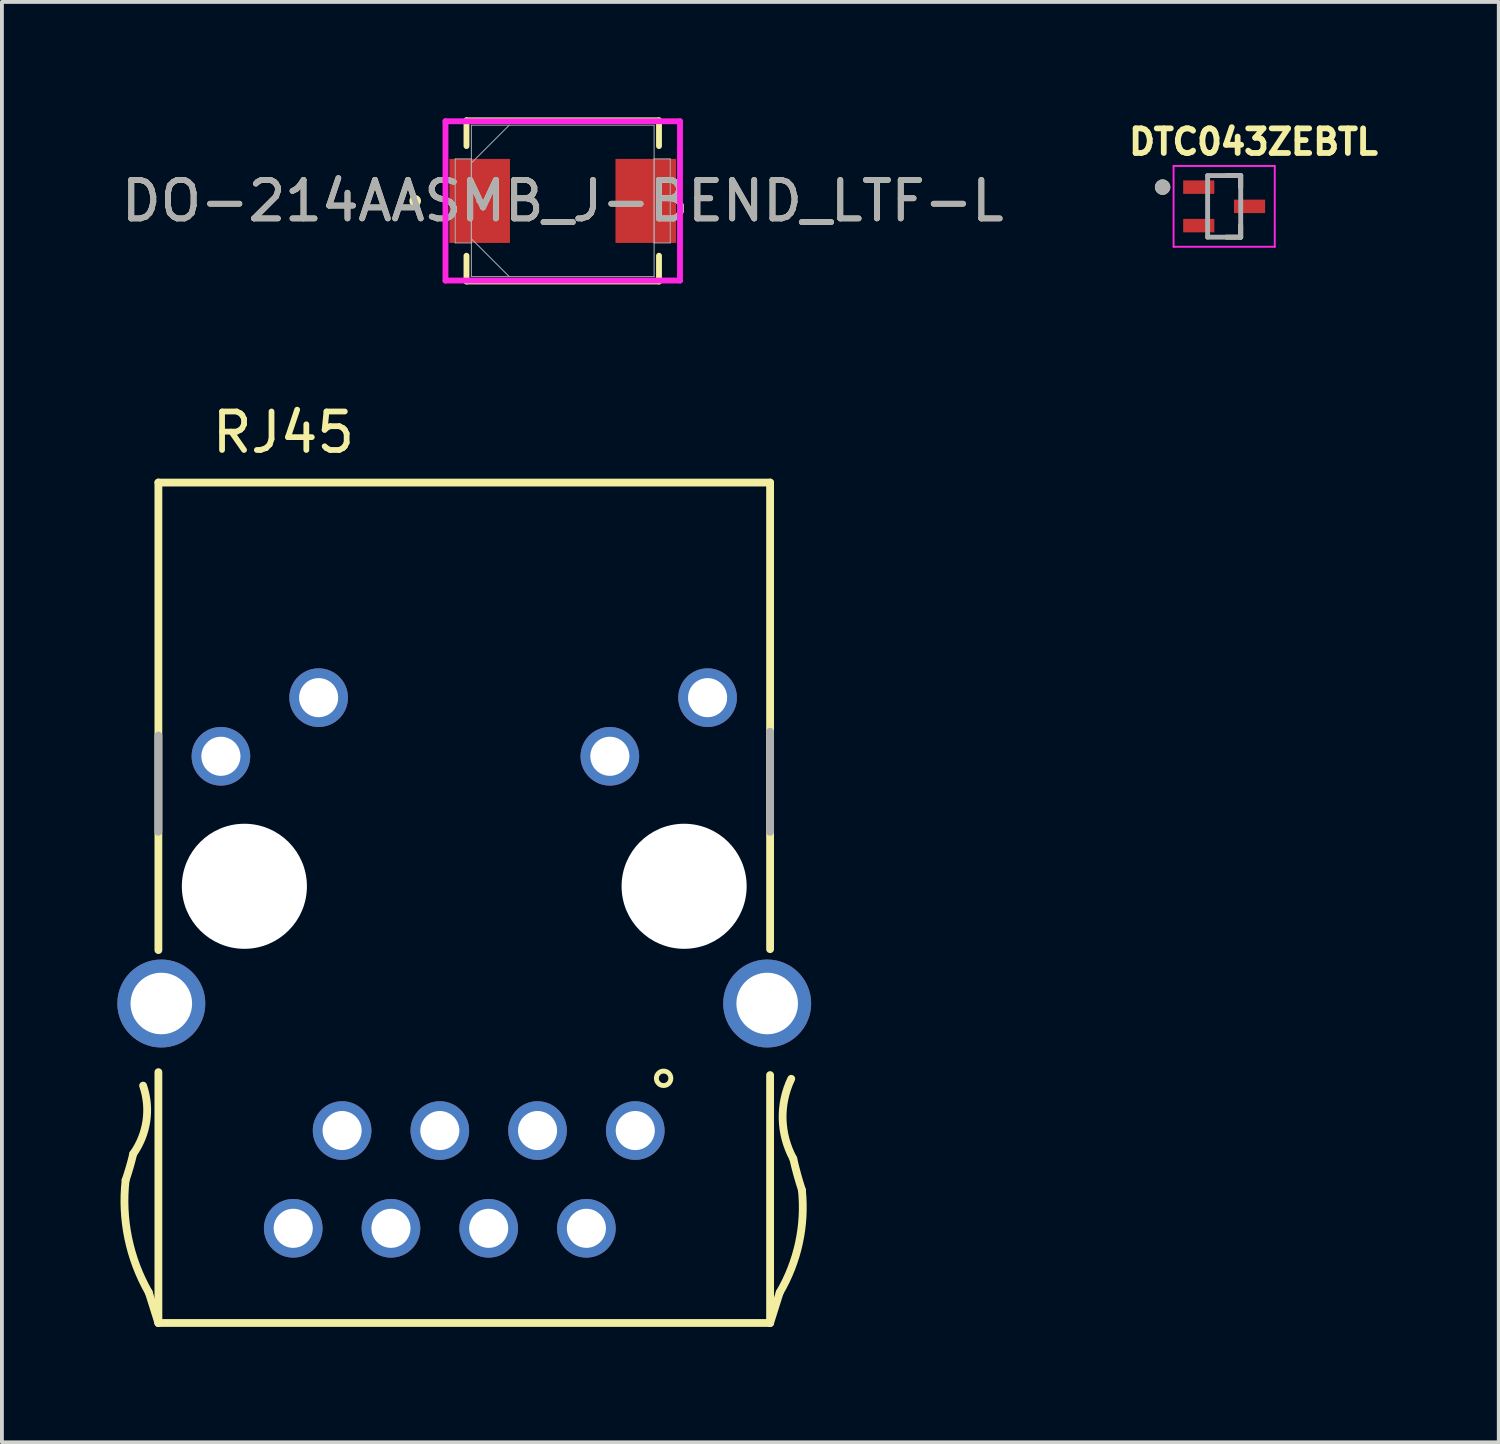
<source format=kicad_pcb>
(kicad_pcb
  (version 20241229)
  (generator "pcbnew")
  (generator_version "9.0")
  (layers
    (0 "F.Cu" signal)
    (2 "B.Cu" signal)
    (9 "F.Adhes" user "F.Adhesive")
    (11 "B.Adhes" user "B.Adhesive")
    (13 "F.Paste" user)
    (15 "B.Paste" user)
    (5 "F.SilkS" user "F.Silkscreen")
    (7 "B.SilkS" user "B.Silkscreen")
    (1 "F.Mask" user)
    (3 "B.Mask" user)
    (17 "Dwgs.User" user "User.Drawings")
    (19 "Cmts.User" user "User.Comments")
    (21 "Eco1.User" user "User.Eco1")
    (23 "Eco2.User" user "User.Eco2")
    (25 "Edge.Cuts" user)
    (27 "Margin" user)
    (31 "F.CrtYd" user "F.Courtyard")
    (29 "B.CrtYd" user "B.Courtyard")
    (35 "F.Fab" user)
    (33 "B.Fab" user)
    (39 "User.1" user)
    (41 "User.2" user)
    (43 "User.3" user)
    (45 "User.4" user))
  (footprint "RJ45"
    (layer "F.Cu")
    (at 9.017 19.923)
    (property "Reference" "RJ45" (at -4.7 -11.732 0) (layer "F.SilkS") (effects (font (size 1 1) (thickness 0.15))))
    (attr through_hole)
    (fp_line (start -7.95 -10.43) (end 7.95 -10.43) (stroke (width 0.203) (type solid)) (layer "F.SilkS"))
    (fp_line (start -7.95 1.722) (end -7.95 -10.43) (stroke (width 0.203) (type solid)) (layer "F.SilkS"))
    (fp_line (start -7.95 11.415) (end -8.2 10.621) (stroke (width 0.203) (type solid)) (layer "F.SilkS"))
    (fp_line (start -7.95 11.415) (end -7.95 4.895) (stroke (width 0.203) (type solid)) (layer "F.SilkS"))
    (fp_line (start 7.95 -10.43) (end 7.95 1.698) (stroke (width 0.203) (type solid)) (layer "F.SilkS"))
    (fp_line (start 7.95 4.971) (end 7.95 11.415) (stroke (width 0.203) (type solid)) (layer "F.SilkS"))
    (fp_line (start 7.95 11.415) (end -7.95 11.415) (stroke (width 0.203) (type solid)) (layer "F.SilkS"))
    (fp_line (start 7.95 11.415) (end 8.2 10.621) (stroke (width 0.203) (type solid)) (layer "F.SilkS"))
    (fp_arc (start -8.6036 7.0179) (mid -8.694781 7.363679) (end -8.8024 7.7047) (stroke (width 0.2032) (type solid)) (layer "F.SilkS"))
    (fp_arc (start -8.3476 5.2455) (mid -8.261757 6.162587) (end -8.6036 7.0179) (stroke (width 0.2032) (type solid)) (layer "F.SilkS"))
    (fp_arc (start -8.2 10.6215) (mid -8.733249 9.211024) (end -8.8024 7.7047) (stroke (width 0.2032) (type solid)) (layer "F.SilkS"))
    (fp_arc (start 8.5528 7.1449) (mid 8.275782 6.11267) (end 8.5 5.0677) (stroke (width 0.2032) (type solid)) (layer "F.SilkS"))
    (fp_arc (start 8.777 7.9587) (mid 8.700342 9.336004) (end 8.2 10.6215) (stroke (width 0.2032) (type solid)) (layer "F.SilkS"))
    (fp_arc (start 8.777 7.9587) (mid 8.655161 7.554483) (end 8.5528 7.1449) (stroke (width 0.2032) (type solid)) (layer "F.SilkS"))
    (fp_circle (center 5.182 5.055) (end 5.37 5.055) (stroke (width 0.127) (type solid)) (fill no) (layer "F.SilkS"))
    (fp_line (start -7.95 -1.353) (end -7.95 -3.853) (stroke (width 0.203) (type solid)) (layer "F.Fab"))
    (fp_line (start 7.95 -3.954) (end 7.95 -1.353) (stroke (width 0.203) (type solid)) (layer "F.Fab"))
    (pad "" np_thru_hole circle (at -5.715 0.064) (size 3.251 3.251) (drill 3.251) (layers "*.Cu" "*.Mask"))
    (pad "" np_thru_hole circle (at 5.715 0.064) (size 3.251 3.251) (drill 3.251) (layers "*.Cu" "*.Mask"))
    (pad "1" thru_hole circle (at 4.445 6.413) (size 1.524 1.524) (drill 1.016) (layers "*.Cu" "*.Mask"))
    (pad "2" thru_hole circle (at 3.175 8.954) (size 1.524 1.524) (drill 1.016) (layers "*.Cu" "*.Mask"))
    (pad "3" thru_hole circle (at 1.905 6.413) (size 1.524 1.524) (drill 1.016) (layers "*.Cu" "*.Mask"))
    (pad "4" thru_hole circle (at 0.635 8.954) (size 1.524 1.524) (drill 1.016) (layers "*.Cu" "*.Mask"))
    (pad "5" thru_hole circle (at -0.635 6.413) (size 1.524 1.524) (drill 1.016) (layers "*.Cu" "*.Mask"))
    (pad "6" thru_hole circle (at -1.905 8.954) (size 1.524 1.524) (drill 1.016) (layers "*.Cu" "*.Mask"))
    (pad "7" thru_hole circle (at -3.175 6.413) (size 1.524 1.524) (drill 1.016) (layers "*.Cu" "*.Mask"))
    (pad "8" thru_hole circle (at -4.445 8.954) (size 1.524 1.524) (drill 1.016) (layers "*.Cu" "*.Mask"))
    (pad "A1" thru_hole circle (at -6.325 -3.315) (size 1.524 1.524) (drill 1.016) (layers "*.Cu" "*.Mask"))
    (pad "A2" thru_hole circle (at 3.785 -3.315) (size 1.524 1.524) (drill 1.016) (layers "*.Cu" "*.Mask"))
    (pad "C1" thru_hole circle (at -3.785 -4.839) (size 1.524 1.524) (drill 1.016) (layers "*.Cu" "*.Mask"))
    (pad "C2" thru_hole circle (at 6.325 -4.839) (size 1.524 1.524) (drill 1.016) (layers "*.Cu" "*.Mask"))
    (pad "S1" thru_hole circle (at -7.874 3.111) (size 2.286 2.286) (drill 1.6) (layers "*.Cu" "*.Mask"))
    (pad "S2" thru_hole circle (at 7.874 3.111) (size 2.286 2.286) (drill 1.6) (layers "*.Cu" "*.Mask")))
  (footprint "DO-214AASMB_J-BEND_LTF-L"
    (layer "F.Cu")
    (at 11.577 2.172)
    (property "Reference" "DO-214AASMB_J-BEND_LTF-L" (at 0 0 0) (unlocked yes) (layer "F.SilkS") (effects (font (size 1 1) (thickness 0.15))))
    (attr smd)
    (fp_line (start -2.502 -2.095) (end -2.502 -1.425) (stroke (width 0.152) (type solid)) (layer "F.SilkS"))
    (fp_line (start -2.502 1.425) (end -2.502 2.095) (stroke (width 0.152) (type solid)) (layer "F.SilkS"))
    (fp_line (start -2.502 2.095) (end 2.502 2.095) (stroke (width 0.152) (type solid)) (layer "F.SilkS"))
    (fp_line (start 2.502 -2.095) (end -2.502 -2.095) (stroke (width 0.152) (type solid)) (layer "F.SilkS"))
    (fp_line (start 2.502 -1.425) (end 2.502 -2.095) (stroke (width 0.152) (type solid)) (layer "F.SilkS"))
    (fp_line (start 2.502 2.095) (end 2.502 1.425) (stroke (width 0.152) (type solid)) (layer "F.SilkS"))
    (fp_circle (center -3.835 0) (end -3.759 0) (stroke (width 0.152) (type solid)) (fill no) (layer "F.SilkS"))
    (fp_line (start -3.048 -2.07) (end 3.048 -2.07) (stroke (width 0.152) (type solid)) (layer "F.CrtYd"))
    (fp_line (start -3.048 2.07) (end -3.048 -2.07) (stroke (width 0.152) (type solid)) (layer "F.CrtYd"))
    (fp_line (start 3.048 -2.07) (end 3.048 2.07) (stroke (width 0.152) (type solid)) (layer "F.CrtYd"))
    (fp_line (start 3.048 2.07) (end -3.048 2.07) (stroke (width 0.152) (type solid)) (layer "F.CrtYd"))
    (fp_line (start -2.794 -1.092) (end -2.794 1.092) (stroke (width 0.025) (type solid)) (layer "F.Fab"))
    (fp_line (start -2.794 1.092) (end -2.375 1.092) (stroke (width 0.025) (type solid)) (layer "F.Fab"))
    (fp_line (start -2.375 -1.968) (end -2.375 1.968) (stroke (width 0.025) (type solid)) (layer "F.Fab"))
    (fp_line (start -2.375 -1.092) (end -2.794 -1.092) (stroke (width 0.025) (type solid)) (layer "F.Fab"))
    (fp_line (start -2.375 -0.984) (end -1.391 -1.968) (stroke (width 0.025) (type solid)) (layer "F.Fab"))
    (fp_line (start -2.375 0.984) (end -1.391 1.968) (stroke (width 0.025) (type solid)) (layer "F.Fab"))
    (fp_line (start -2.375 1.092) (end -2.375 -1.092) (stroke (width 0.025) (type solid)) (layer "F.Fab"))
    (fp_line (start -2.375 1.968) (end 2.375 1.968) (stroke (width 0.025) (type solid)) (layer "F.Fab"))
    (fp_line (start 2.375 -1.968) (end -2.375 -1.968) (stroke (width 0.025) (type solid)) (layer "F.Fab"))
    (fp_line (start 2.375 -1.092) (end 2.375 1.092) (stroke (width 0.025) (type solid)) (layer "F.Fab"))
    (fp_line (start 2.375 1.092) (end 2.794 1.092) (stroke (width 0.025) (type solid)) (layer "F.Fab"))
    (fp_line (start 2.375 1.968) (end 2.375 -1.968) (stroke (width 0.025) (type solid)) (layer "F.Fab"))
    (fp_line (start 2.794 -1.092) (end 2.375 -1.092) (stroke (width 0.025) (type solid)) (layer "F.Fab"))
    (fp_line (start 2.794 1.092) (end 2.794 -1.092) (stroke (width 0.025) (type solid)) (layer "F.Fab"))
    (fp_circle (center -2.159 0) (end -2.083 0) (stroke (width 0.025) (type solid)) (fill no) (layer "F.Fab"))
    (fp_text user "${REFERENCE}" (at 0 0 0) (unlocked yes) (layer "F.Fab") (effects (font (size 1 1) (thickness 0.15))))
    (pad "1" smd rect (at -2.159 0) (size 1.575 2.184) (layers "F.Cu" "F.Mask" "F.Paste"))
    (pad "2" smd rect (at 2.159 0) (size 1.575 2.184) (layers "F.Cu" "F.Mask" "F.Paste"))
    (zone (net_name "") (layer "F.Cu") (hatch full 0.508) (connect_pads) (min_thickness 0.254) (filled_areas_thickness no) (keepout (tracks not_allowed) (vias not_allowed) (pads allowed) (copperpour not_allowed) (footprints allowed)) (placement (enabled no)) (fill) (polygon (pts (xy 10.257 0.254) (xy 12.898 0.254) (xy 12.898 4.089) (xy 10.257 4.089)))))
  (footprint "DTC043ZEBTL"
    (layer "F.Cu")
    (at 28.769 2.314)
    (property "Reference" "DTC043ZEBTL" (at 0.762 -1.676 0) (layer "F.SilkS") (effects (font (size 0.64 0.64) (thickness 0.15))))
    (attr smd)
    (fp_line (start 0.059 -0.8) (end 0.43 -0.8) (stroke (width 0.127) (type solid)) (layer "F.SilkS"))
    (fp_line (start 0.059 0.8) (end 0.43 0.8) (stroke (width 0.127) (type solid)) (layer "F.SilkS"))
    (fp_line (start 0.43 -0.8) (end 0.43 -0.488) (stroke (width 0.127) (type solid)) (layer "F.SilkS"))
    (fp_line (start 0.43 0.8) (end 0.43 0.488) (stroke (width 0.127) (type solid)) (layer "F.SilkS"))
    (fp_circle (center -1.6 -0.5) (end -1.5 -0.5) (stroke (width 0.2) (type solid)) (fill no) (layer "F.SilkS"))
    (fp_line (start -1.315 -1.05) (end 1.315 -1.05) (stroke (width 0.05) (type solid)) (layer "F.CrtYd"))
    (fp_line (start -1.315 1.05) (end -1.315 -1.05) (stroke (width 0.05) (type solid)) (layer "F.CrtYd"))
    (fp_line (start 1.315 -1.05) (end 1.315 1.05) (stroke (width 0.05) (type solid)) (layer "F.CrtYd"))
    (fp_line (start 1.315 1.05) (end -1.315 1.05) (stroke (width 0.05) (type solid)) (layer "F.CrtYd"))
    (fp_line (start -0.43 -0.8) (end 0.43 -0.8) (stroke (width 0.127) (type solid)) (layer "F.Fab"))
    (fp_line (start -0.43 0.8) (end -0.43 -0.8) (stroke (width 0.127) (type solid)) (layer "F.Fab"))
    (fp_line (start 0.43 -0.8) (end 0.43 0.8) (stroke (width 0.127) (type solid)) (layer "F.Fab"))
    (fp_line (start 0.43 0.8) (end -0.43 0.8) (stroke (width 0.127) (type solid)) (layer "F.Fab"))
    (fp_circle (center -1.6 -0.5) (end -1.5 -0.5) (stroke (width 0.2) (type solid)) (fill no) (layer "F.Fab"))
    (pad "1" smd rect (at -0.66 -0.5) (size 0.81 0.35) (layers "F.Cu" "F.Mask" "F.Paste"))
    (pad "2" smd rect (at -0.66 0.5) (size 0.81 0.35) (layers "F.Cu" "F.Mask" "F.Paste"))
    (pad "3" smd rect (at 0.66 0) (size 0.81 0.35) (layers "F.Cu" "F.Mask" "F.Paste")))
  (gr_rect
    (start -3 -3)
    (end 35.907 34.439)
    (stroke (width 0.1) (type default))
    (fill no)
    (layer "Edge.Cuts")))
</source>
